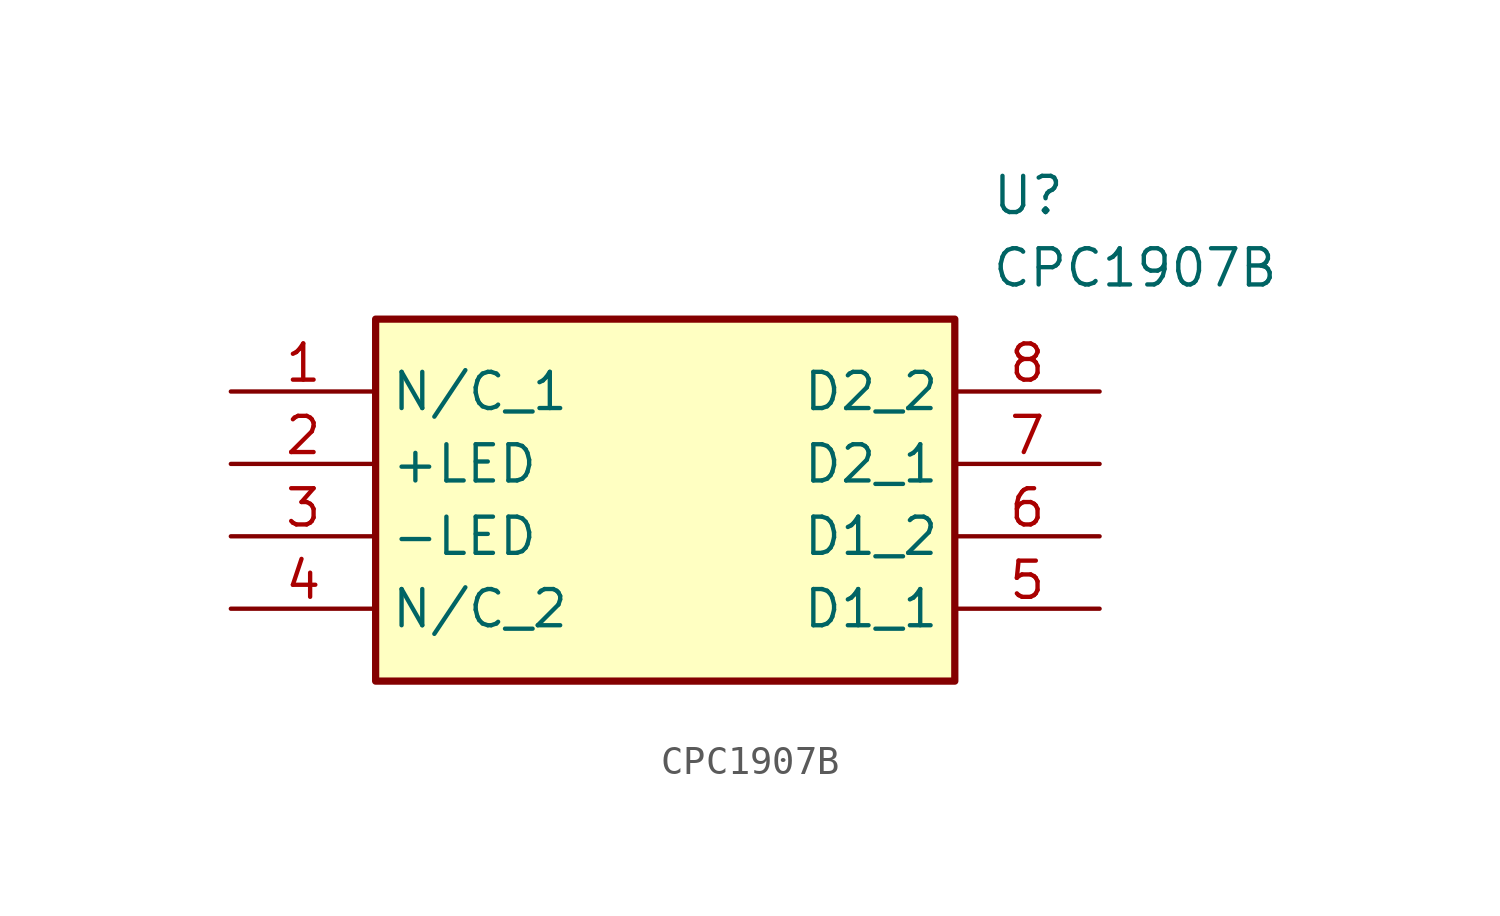
<source format=kicad_sym>
(kicad_symbol_lib
  (version 20211014)
  (generator SamacSys_ECAD_Model)
  (symbol "CPC1907B"
    (property "Reference" "U"
      (at 26.67 7.62 0)
      (effects (font (size 1.27 1.27)) (justify left top)))
    (property "Value" "CPC1907B"
      (at 26.67 5.08 0)
      (effects (font (size 1.27 1.27)) (justify left top)))
    (rectangle
      (start 5.08 2.54)
      (end 25.4 -10.16)
      (stroke (width 0.254) (type default))
      (fill (type background)))
    (pin passive line
      (at 0 0 0)
      (length 5.08)
      (name "N/C_1" (effects (font (size 1.27 1.27))))
      (number "1" (effects (font (size 1.27 1.27)))))
    (pin passive line
      (at 0 -2.54 0)
      (length 5.08)
      (name "+LED" (effects (font (size 1.27 1.27))))
      (number "2" (effects (font (size 1.27 1.27)))))
    (pin passive line
      (at 0 -5.08 0)
      (length 5.08)
      (name "-LED" (effects (font (size 1.27 1.27))))
      (number "3" (effects (font (size 1.27 1.27)))))
    (pin passive line
      (at 0 -7.62 0)
      (length 5.08)
      (name "N/C_2" (effects (font (size 1.27 1.27))))
      (number "4" (effects (font (size 1.27 1.27)))))
    (pin passive line
      (at 30.48 -7.62 180)
      (length 5.08)
      (name "D1_1" (effects (font (size 1.27 1.27))))
      (number "5" (effects (font (size 1.27 1.27)))))
    (pin passive line
      (at 30.48 -5.08 180)
      (length 5.08)
      (name "D1_2" (effects (font (size 1.27 1.27))))
      (number "6" (effects (font (size 1.27 1.27)))))
    (pin passive line
      (at 30.48 -2.54 180)
      (length 5.08)
      (name "D2_1" (effects (font (size 1.27 1.27))))
      (number "7" (effects (font (size 1.27 1.27)))))
    (pin passive line
      (at 30.48 0 180)
      (length 5.08)
      (name "D2_2" (effects (font (size 1.27 1.27))))
      (number "8" (effects (font (size 1.27 1.27)))))))
</source>
